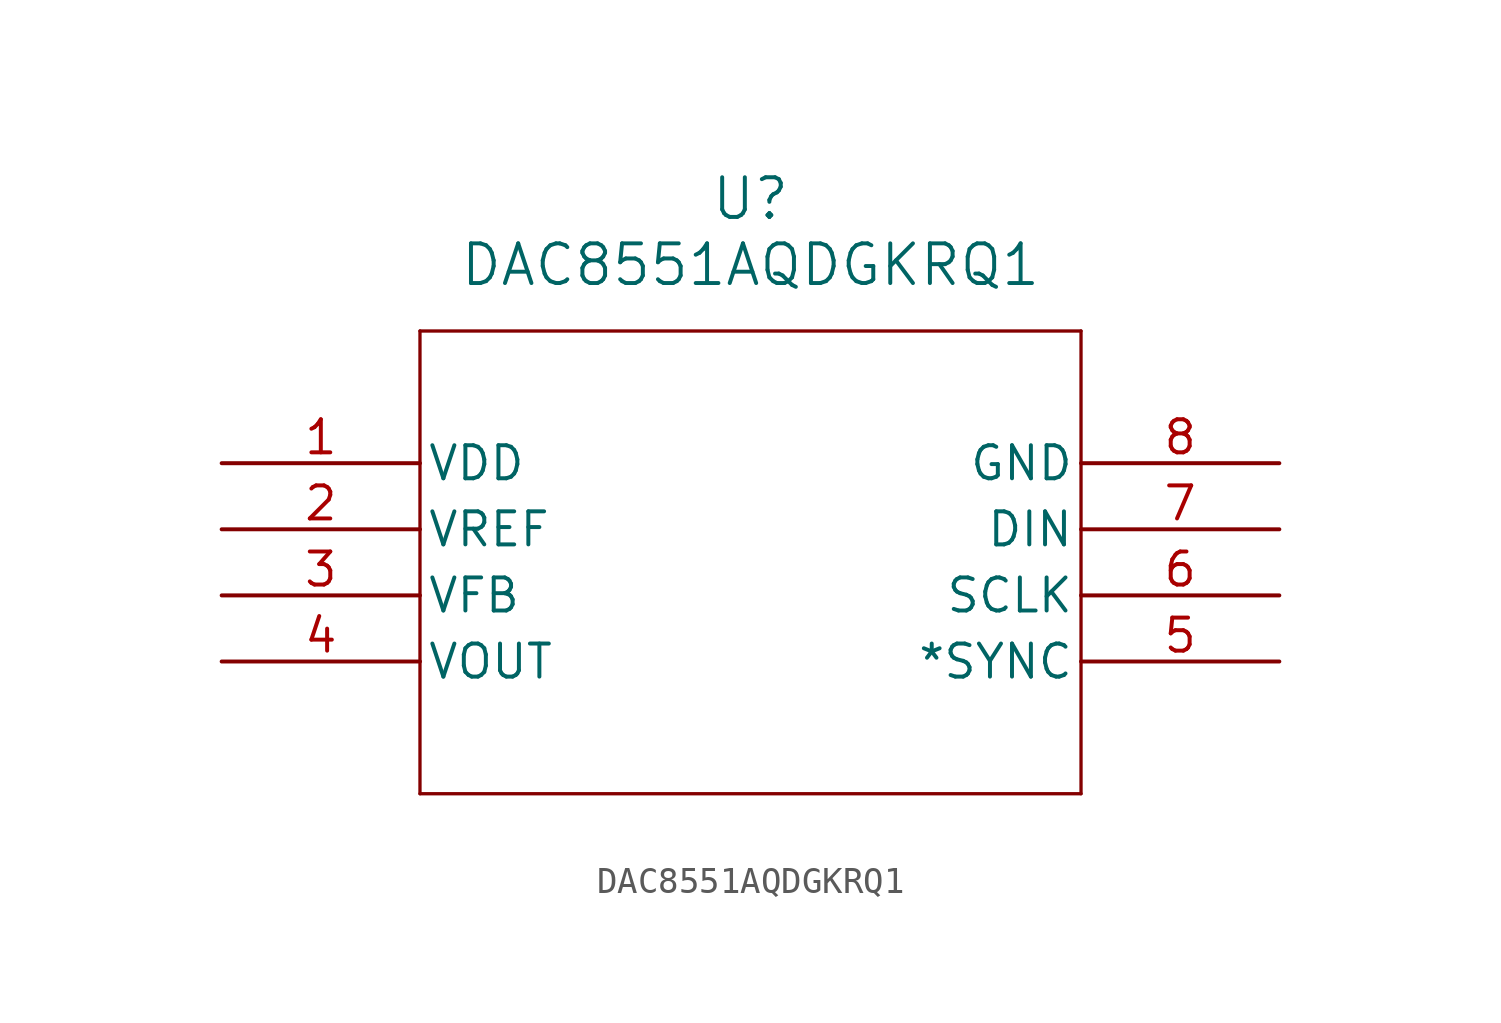
<source format=kicad_sym>
(kicad_symbol_lib
  (version 20211014)
  (generator kicad_symbol_editor)
  (symbol "DAC8551AQDGKRQ1"
    (pin_names
      (offset 0.254))
    (property "Reference" "U"
      (at 20.32 10.16 0)
      (effects (font (size 1.524 1.524))))
    (property "Value" "DAC8551AQDGKRQ1"
      (at 20.32 7.62 0)
      (effects (font (size 1.524 1.524))))
    (symbol "DAC8551AQDGKRQ1_0_1"
      (polyline (pts (xy 7.62 5.08) (xy 7.62 -12.7)) (stroke (width 0.127) (type default) (color 0 0 0 0)) (fill (type none)))
      (polyline (pts (xy 7.62 -12.7) (xy 33.02 -12.7)) (stroke (width 0.127) (type default) (color 0 0 0 0)) (fill (type none)))
      (polyline (pts (xy 33.02 -12.7) (xy 33.02 5.08)) (stroke (width 0.127) (type default) (color 0 0 0 0)) (fill (type none)))
      (polyline (pts (xy 33.02 5.08) (xy 7.62 5.08)) (stroke (width 0.127) (type default) (color 0 0 0 0)) (fill (type none)))
      (pin power_in line (at 0 0 0) (length 7.62) (name "VDD" (effects (font (size 1.27 1.27)))) (number "1" (effects (font (size 1.27 1.27)))))
      (pin input line (at 0 -2.54 0) (length 7.62) (name "VREF" (effects (font (size 1.27 1.27)))) (number "2" (effects (font (size 1.27 1.27)))))
      (pin output line (at 0 -5.08 0) (length 7.62) (name "VFB" (effects (font (size 1.27 1.27)))) (number "3" (effects (font (size 1.27 1.27)))))
      (pin output line (at 0 -7.62 0) (length 7.62) (name "VOUT" (effects (font (size 1.27 1.27)))) (number "4" (effects (font (size 1.27 1.27)))))
      (pin input line (at 40.64 -7.62 180) (length 7.62) (name "*SYNC" (effects (font (size 1.27 1.27)))) (number "5" (effects (font (size 1.27 1.27)))))
      (pin input line (at 40.64 -5.08 180) (length 7.62) (name "SCLK" (effects (font (size 1.27 1.27)))) (number "6" (effects (font (size 1.27 1.27)))))
      (pin input line (at 40.64 -2.54 180) (length 7.62) (name "DIN" (effects (font (size 1.27 1.27)))) (number "7" (effects (font (size 1.27 1.27)))))
      (pin power_in line (at 40.64 0 180) (length 7.62) (name "GND" (effects (font (size 1.27 1.27)))) (number "8" (effects (font (size 1.27 1.27))))))))
</source>
